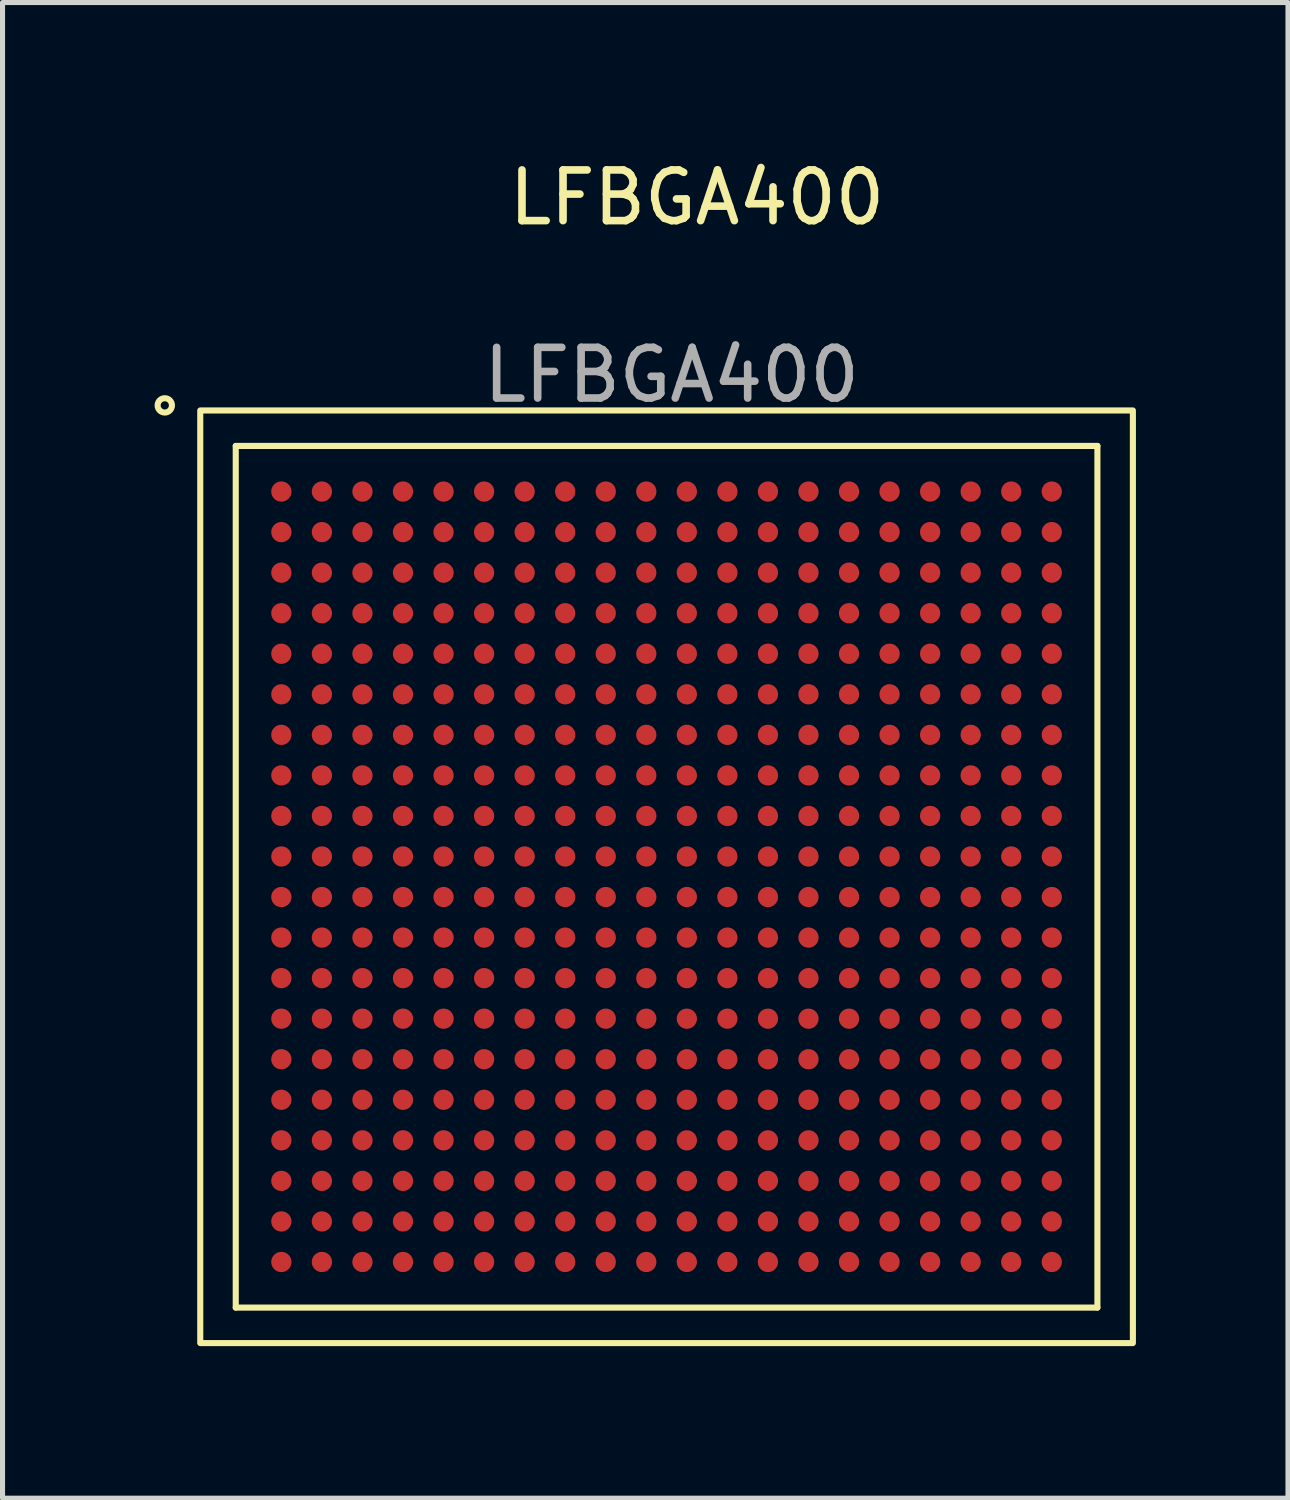
<source format=kicad_pcb>
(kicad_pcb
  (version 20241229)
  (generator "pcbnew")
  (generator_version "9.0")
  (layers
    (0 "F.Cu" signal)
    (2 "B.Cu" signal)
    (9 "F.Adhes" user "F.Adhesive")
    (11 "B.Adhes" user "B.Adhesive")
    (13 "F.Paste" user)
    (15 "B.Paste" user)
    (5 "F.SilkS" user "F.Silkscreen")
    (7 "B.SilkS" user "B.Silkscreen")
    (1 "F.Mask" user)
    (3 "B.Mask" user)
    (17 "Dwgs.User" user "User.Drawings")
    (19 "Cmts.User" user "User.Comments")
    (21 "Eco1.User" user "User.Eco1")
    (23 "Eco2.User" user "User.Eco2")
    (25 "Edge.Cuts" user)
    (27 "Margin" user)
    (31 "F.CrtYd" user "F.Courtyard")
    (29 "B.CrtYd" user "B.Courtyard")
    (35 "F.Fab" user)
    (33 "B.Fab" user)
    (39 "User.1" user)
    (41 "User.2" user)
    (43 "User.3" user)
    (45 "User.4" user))
  (footprint "LFBGA400"
    (layer "F.Cu")
    (at 2.501 6.648)
    (property "Reference" "LFBGA400" (at 8.2 -5.8 0) (unlocked yes) (layer "F.SilkS") (effects (font (size 1 1) (thickness 0.15))))
    (attr smd)
    (fp_line (start -0.9 -0.9) (end 16.1 -0.9) (stroke (width 0.12) (type solid)) (layer "F.SilkS"))
    (fp_line (start -0.9 16.1) (end -0.9 -0.9) (stroke (width 0.12) (type solid)) (layer "F.SilkS"))
    (fp_line (start -0.9 16.1) (end 16.1 16.1) (stroke (width 0.12) (type solid)) (layer "F.SilkS"))
    (fp_line (start 16.1 16.1) (end 16.1 -0.9) (stroke (width 0.12) (type solid)) (layer "F.SilkS"))
    (fp_rect (start -1.6 -1.6) (end 16.8 16.8) (stroke (width 0.12) (type solid)) (fill no) (layer "F.SilkS"))
    (fp_circle (center -2.3 -1.7) (end -2.2 -1.6) (stroke (width 0.12) (type solid)) (fill no) (layer "F.SilkS"))
    (fp_text user "${REFERENCE}" (at 7.7 -2.3 0) (unlocked yes) (layer "F.Fab") (effects (font (size 1 1) (thickness 0.15))))
    (pad "A1" smd circle (at 0 0) (size 0.4 0.4) (layers "F.Cu" "F.Mask" "F.Paste"))
    (pad "A2" smd circle (at 0.8 0) (size 0.4 0.4) (layers "F.Cu" "F.Mask" "F.Paste"))
    (pad "A3" smd circle (at 1.6 0) (size 0.4 0.4) (layers "F.Cu" "F.Mask" "F.Paste"))
    (pad "A4" smd circle (at 2.4 0) (size 0.4 0.4) (layers "F.Cu" "F.Mask" "F.Paste"))
    (pad "A5" smd circle (at 3.2 0) (size 0.4 0.4) (layers "F.Cu" "F.Mask" "F.Paste"))
    (pad "A6" smd circle (at 4 0) (size 0.4 0.4) (layers "F.Cu" "F.Mask" "F.Paste"))
    (pad "A7" smd circle (at 4.8 0) (size 0.4 0.4) (layers "F.Cu" "F.Mask" "F.Paste"))
    (pad "A8" smd circle (at 5.6 0) (size 0.4 0.4) (layers "F.Cu" "F.Mask" "F.Paste"))
    (pad "A9" smd circle (at 6.4 0) (size 0.4 0.4) (layers "F.Cu" "F.Mask" "F.Paste"))
    (pad "A10" smd circle (at 7.2 0) (size 0.4 0.4) (layers "F.Cu" "F.Mask" "F.Paste"))
    (pad "A11" smd circle (at 8 0) (size 0.4 0.4) (layers "F.Cu" "F.Mask" "F.Paste"))
    (pad "A12" smd circle (at 8.8 0) (size 0.4 0.4) (layers "F.Cu" "F.Mask" "F.Paste"))
    (pad "A13" smd circle (at 9.6 0) (size 0.4 0.4) (layers "F.Cu" "F.Mask" "F.Paste"))
    (pad "A14" smd circle (at 10.4 0) (size 0.4 0.4) (layers "F.Cu" "F.Mask" "F.Paste"))
    (pad "A15" smd circle (at 11.2 0) (size 0.4 0.4) (layers "F.Cu" "F.Mask" "F.Paste"))
    (pad "A16" smd circle (at 12 0) (size 0.4 0.4) (layers "F.Cu" "F.Mask" "F.Paste"))
    (pad "A17" smd circle (at 12.8 0) (size 0.4 0.4) (layers "F.Cu" "F.Mask" "F.Paste"))
    (pad "A18" smd circle (at 13.6 0) (size 0.4 0.4) (layers "F.Cu" "F.Mask" "F.Paste"))
    (pad "A19" smd circle (at 14.4 0) (size 0.4 0.4) (layers "F.Cu" "F.Mask" "F.Paste"))
    (pad "A20" smd circle (at 15.2 0) (size 0.4 0.4) (layers "F.Cu" "F.Mask" "F.Paste"))
    (pad "B1" smd circle (at 0 0.8) (size 0.4 0.4) (layers "F.Cu" "F.Mask" "F.Paste"))
    (pad "B2" smd circle (at 0.8 0.8) (size 0.4 0.4) (layers "F.Cu" "F.Mask" "F.Paste"))
    (pad "B3" smd circle (at 1.6 0.8) (size 0.4 0.4) (layers "F.Cu" "F.Mask" "F.Paste"))
    (pad "B4" smd circle (at 2.4 0.8) (size 0.4 0.4) (layers "F.Cu" "F.Mask" "F.Paste"))
    (pad "B5" smd circle (at 3.2 0.8) (size 0.4 0.4) (layers "F.Cu" "F.Mask" "F.Paste"))
    (pad "B6" smd circle (at 4 0.8) (size 0.4 0.4) (layers "F.Cu" "F.Mask" "F.Paste"))
    (pad "B7" smd circle (at 4.8 0.8) (size 0.4 0.4) (layers "F.Cu" "F.Mask" "F.Paste"))
    (pad "B8" smd circle (at 5.6 0.8) (size 0.4 0.4) (layers "F.Cu" "F.Mask" "F.Paste"))
    (pad "B9" smd circle (at 6.4 0.8) (size 0.4 0.4) (layers "F.Cu" "F.Mask" "F.Paste"))
    (pad "B10" smd circle (at 7.2 0.8) (size 0.4 0.4) (layers "F.Cu" "F.Mask" "F.Paste"))
    (pad "B11" smd circle (at 8 0.8) (size 0.4 0.4) (layers "F.Cu" "F.Mask" "F.Paste"))
    (pad "B12" smd circle (at 8.8 0.8) (size 0.4 0.4) (layers "F.Cu" "F.Mask" "F.Paste"))
    (pad "B13" smd circle (at 9.6 0.8) (size 0.4 0.4) (layers "F.Cu" "F.Mask" "F.Paste"))
    (pad "B14" smd circle (at 10.4 0.8) (size 0.4 0.4) (layers "F.Cu" "F.Mask" "F.Paste"))
    (pad "B15" smd circle (at 11.2 0.8) (size 0.4 0.4) (layers "F.Cu" "F.Mask" "F.Paste"))
    (pad "B16" smd circle (at 12 0.8) (size 0.4 0.4) (layers "F.Cu" "F.Mask" "F.Paste"))
    (pad "B17" smd circle (at 12.8 0.8) (size 0.4 0.4) (layers "F.Cu" "F.Mask" "F.Paste"))
    (pad "B18" smd circle (at 13.6 0.8) (size 0.4 0.4) (layers "F.Cu" "F.Mask" "F.Paste"))
    (pad "B19" smd circle (at 14.4 0.8) (size 0.4 0.4) (layers "F.Cu" "F.Mask" "F.Paste"))
    (pad "B20" smd circle (at 15.2 0.8) (size 0.4 0.4) (layers "F.Cu" "F.Mask" "F.Paste"))
    (pad "C1" smd circle (at 0 1.6) (size 0.4 0.4) (layers "F.Cu" "F.Mask" "F.Paste"))
    (pad "C2" smd circle (at 0.8 1.6) (size 0.4 0.4) (layers "F.Cu" "F.Mask" "F.Paste"))
    (pad "C3" smd circle (at 1.6 1.6) (size 0.4 0.4) (layers "F.Cu" "F.Mask" "F.Paste"))
    (pad "C4" smd circle (at 2.4 1.6) (size 0.4 0.4) (layers "F.Cu" "F.Mask" "F.Paste"))
    (pad "C5" smd circle (at 3.2 1.6) (size 0.4 0.4) (layers "F.Cu" "F.Mask" "F.Paste"))
    (pad "C6" smd circle (at 4 1.6) (size 0.4 0.4) (layers "F.Cu" "F.Mask" "F.Paste"))
    (pad "C7" smd circle (at 4.8 1.6) (size 0.4 0.4) (layers "F.Cu" "F.Mask" "F.Paste"))
    (pad "C8" smd circle (at 5.6 1.6) (size 0.4 0.4) (layers "F.Cu" "F.Mask" "F.Paste"))
    (pad "C9" smd circle (at 6.4 1.6) (size 0.4 0.4) (layers "F.Cu" "F.Mask" "F.Paste"))
    (pad "C10" smd circle (at 7.2 1.6) (size 0.4 0.4) (layers "F.Cu" "F.Mask" "F.Paste"))
    (pad "C11" smd circle (at 8 1.6) (size 0.4 0.4) (layers "F.Cu" "F.Mask" "F.Paste"))
    (pad "C12" smd circle (at 8.8 1.6) (size 0.4 0.4) (layers "F.Cu" "F.Mask" "F.Paste"))
    (pad "C13" smd circle (at 9.6 1.6) (size 0.4 0.4) (layers "F.Cu" "F.Mask" "F.Paste"))
    (pad "C14" smd circle (at 10.4 1.6) (size 0.4 0.4) (layers "F.Cu" "F.Mask" "F.Paste"))
    (pad "C15" smd circle (at 11.2 1.6) (size 0.4 0.4) (layers "F.Cu" "F.Mask" "F.Paste"))
    (pad "C16" smd circle (at 12 1.6) (size 0.4 0.4) (layers "F.Cu" "F.Mask" "F.Paste"))
    (pad "C17" smd circle (at 12.8 1.6) (size 0.4 0.4) (layers "F.Cu" "F.Mask" "F.Paste"))
    (pad "C18" smd circle (at 13.6 1.6) (size 0.4 0.4) (layers "F.Cu" "F.Mask" "F.Paste"))
    (pad "C19" smd circle (at 14.4 1.6) (size 0.4 0.4) (layers "F.Cu" "F.Mask" "F.Paste"))
    (pad "C20" smd circle (at 15.2 1.6) (size 0.4 0.4) (layers "F.Cu" "F.Mask" "F.Paste"))
    (pad "D1" smd circle (at 0 2.4) (size 0.4 0.4) (layers "F.Cu" "F.Mask" "F.Paste"))
    (pad "D2" smd circle (at 0.8 2.4) (size 0.4 0.4) (layers "F.Cu" "F.Mask" "F.Paste"))
    (pad "D3" smd circle (at 1.6 2.4) (size 0.4 0.4) (layers "F.Cu" "F.Mask" "F.Paste"))
    (pad "D4" smd circle (at 2.4 2.4) (size 0.4 0.4) (layers "F.Cu" "F.Mask" "F.Paste"))
    (pad "D5" smd circle (at 3.2 2.4) (size 0.4 0.4) (layers "F.Cu" "F.Mask" "F.Paste"))
    (pad "D6" smd circle (at 4 2.4) (size 0.4 0.4) (layers "F.Cu" "F.Mask" "F.Paste"))
    (pad "D7" smd circle (at 4.8 2.4) (size 0.4 0.4) (layers "F.Cu" "F.Mask" "F.Paste"))
    (pad "D8" smd circle (at 5.6 2.4) (size 0.4 0.4) (layers "F.Cu" "F.Mask" "F.Paste"))
    (pad "D9" smd circle (at 6.4 2.4) (size 0.4 0.4) (layers "F.Cu" "F.Mask" "F.Paste"))
    (pad "D10" smd circle (at 7.2 2.4) (size 0.4 0.4) (layers "F.Cu" "F.Mask" "F.Paste"))
    (pad "D11" smd circle (at 8 2.4) (size 0.4 0.4) (layers "F.Cu" "F.Mask" "F.Paste"))
    (pad "D12" smd circle (at 8.8 2.4) (size 0.4 0.4) (layers "F.Cu" "F.Mask" "F.Paste"))
    (pad "D13" smd circle (at 9.6 2.4) (size 0.4 0.4) (layers "F.Cu" "F.Mask" "F.Paste"))
    (pad "D14" smd circle (at 10.4 2.4) (size 0.4 0.4) (layers "F.Cu" "F.Mask" "F.Paste"))
    (pad "D15" smd circle (at 11.2 2.4) (size 0.4 0.4) (layers "F.Cu" "F.Mask" "F.Paste"))
    (pad "D16" smd circle (at 12 2.4) (size 0.4 0.4) (layers "F.Cu" "F.Mask" "F.Paste"))
    (pad "D17" smd circle (at 12.8 2.4) (size 0.4 0.4) (layers "F.Cu" "F.Mask" "F.Paste"))
    (pad "D18" smd circle (at 13.6 2.4) (size 0.4 0.4) (layers "F.Cu" "F.Mask" "F.Paste"))
    (pad "D19" smd circle (at 14.4 2.4) (size 0.4 0.4) (layers "F.Cu" "F.Mask" "F.Paste"))
    (pad "D20" smd circle (at 15.2 2.4) (size 0.4 0.4) (layers "F.Cu" "F.Mask" "F.Paste"))
    (pad "E1" smd circle (at 0 3.2) (size 0.4 0.4) (layers "F.Cu" "F.Mask" "F.Paste"))
    (pad "E2" smd circle (at 0.8 3.2) (size 0.4 0.4) (layers "F.Cu" "F.Mask" "F.Paste"))
    (pad "E3" smd circle (at 1.6 3.2) (size 0.4 0.4) (layers "F.Cu" "F.Mask" "F.Paste"))
    (pad "E4" smd circle (at 2.4 3.2) (size 0.4 0.4) (layers "F.Cu" "F.Mask" "F.Paste"))
    (pad "E5" smd circle (at 3.2 3.2) (size 0.4 0.4) (layers "F.Cu" "F.Mask" "F.Paste"))
    (pad "E6" smd circle (at 4 3.2) (size 0.4 0.4) (layers "F.Cu" "F.Mask" "F.Paste"))
    (pad "E7" smd circle (at 4.8 3.2) (size 0.4 0.4) (layers "F.Cu" "F.Mask" "F.Paste"))
    (pad "E8" smd circle (at 5.6 3.2) (size 0.4 0.4) (layers "F.Cu" "F.Mask" "F.Paste"))
    (pad "E9" smd circle (at 6.4 3.2) (size 0.4 0.4) (layers "F.Cu" "F.Mask" "F.Paste"))
    (pad "E10" smd circle (at 7.2 3.2) (size 0.4 0.4) (layers "F.Cu" "F.Mask" "F.Paste"))
    (pad "E11" smd circle (at 8 3.2) (size 0.4 0.4) (layers "F.Cu" "F.Mask" "F.Paste"))
    (pad "E12" smd circle (at 8.8 3.2) (size 0.4 0.4) (layers "F.Cu" "F.Mask" "F.Paste"))
    (pad "E13" smd circle (at 9.6 3.2) (size 0.4 0.4) (layers "F.Cu" "F.Mask" "F.Paste"))
    (pad "E14" smd circle (at 10.4 3.2) (size 0.4 0.4) (layers "F.Cu" "F.Mask" "F.Paste"))
    (pad "E15" smd circle (at 11.2 3.2) (size 0.4 0.4) (layers "F.Cu" "F.Mask" "F.Paste"))
    (pad "E16" smd circle (at 12 3.2) (size 0.4 0.4) (layers "F.Cu" "F.Mask" "F.Paste"))
    (pad "E17" smd circle (at 12.8 3.2) (size 0.4 0.4) (layers "F.Cu" "F.Mask" "F.Paste"))
    (pad "E18" smd circle (at 13.6 3.2) (size 0.4 0.4) (layers "F.Cu" "F.Mask" "F.Paste"))
    (pad "E19" smd circle (at 14.4 3.2) (size 0.4 0.4) (layers "F.Cu" "F.Mask" "F.Paste"))
    (pad "E20" smd circle (at 15.2 3.2) (size 0.4 0.4) (layers "F.Cu" "F.Mask" "F.Paste"))
    (pad "F1" smd circle (at 0 4) (size 0.4 0.4) (layers "F.Cu" "F.Mask" "F.Paste"))
    (pad "F2" smd circle (at 0.8 4) (size 0.4 0.4) (layers "F.Cu" "F.Mask" "F.Paste"))
    (pad "F3" smd circle (at 1.6 4) (size 0.4 0.4) (layers "F.Cu" "F.Mask" "F.Paste"))
    (pad "F4" smd circle (at 2.4 4) (size 0.4 0.4) (layers "F.Cu" "F.Mask" "F.Paste"))
    (pad "F5" smd circle (at 3.2 4) (size 0.4 0.4) (layers "F.Cu" "F.Mask" "F.Paste"))
    (pad "F6" smd circle (at 4 4) (size 0.4 0.4) (layers "F.Cu" "F.Mask" "F.Paste"))
    (pad "F7" smd circle (at 4.8 4) (size 0.4 0.4) (layers "F.Cu" "F.Mask" "F.Paste"))
    (pad "F8" smd circle (at 5.6 4) (size 0.4 0.4) (layers "F.Cu" "F.Mask" "F.Paste"))
    (pad "F9" smd circle (at 6.4 4) (size 0.4 0.4) (layers "F.Cu" "F.Mask" "F.Paste"))
    (pad "F10" smd circle (at 7.2 4) (size 0.4 0.4) (layers "F.Cu" "F.Mask" "F.Paste"))
    (pad "F11" smd circle (at 8 4) (size 0.4 0.4) (layers "F.Cu" "F.Mask" "F.Paste"))
    (pad "F12" smd circle (at 8.8 4) (size 0.4 0.4) (layers "F.Cu" "F.Mask" "F.Paste"))
    (pad "F13" smd circle (at 9.6 4) (size 0.4 0.4) (layers "F.Cu" "F.Mask" "F.Paste"))
    (pad "F14" smd circle (at 10.4 4) (size 0.4 0.4) (layers "F.Cu" "F.Mask" "F.Paste"))
    (pad "F15" smd circle (at 11.2 4) (size 0.4 0.4) (layers "F.Cu" "F.Mask" "F.Paste"))
    (pad "F16" smd circle (at 12 4) (size 0.4 0.4) (layers "F.Cu" "F.Mask" "F.Paste"))
    (pad "F17" smd circle (at 12.8 4) (size 0.4 0.4) (layers "F.Cu" "F.Mask" "F.Paste"))
    (pad "F18" smd circle (at 13.6 4) (size 0.4 0.4) (layers "F.Cu" "F.Mask" "F.Paste"))
    (pad "F19" smd circle (at 14.4 4) (size 0.4 0.4) (layers "F.Cu" "F.Mask" "F.Paste"))
    (pad "F20" smd circle (at 15.2 4) (size 0.4 0.4) (layers "F.Cu" "F.Mask" "F.Paste"))
    (pad "G1" smd circle (at 0 4.8) (size 0.4 0.4) (layers "F.Cu" "F.Mask" "F.Paste"))
    (pad "G2" smd circle (at 0.8 4.8) (size 0.4 0.4) (layers "F.Cu" "F.Mask" "F.Paste"))
    (pad "G3" smd circle (at 1.6 4.8) (size 0.4 0.4) (layers "F.Cu" "F.Mask" "F.Paste"))
    (pad "G4" smd circle (at 2.4 4.8) (size 0.4 0.4) (layers "F.Cu" "F.Mask" "F.Paste"))
    (pad "G5" smd circle (at 3.2 4.8) (size 0.4 0.4) (layers "F.Cu" "F.Mask" "F.Paste"))
    (pad "G6" smd circle (at 4 4.8) (size 0.4 0.4) (layers "F.Cu" "F.Mask" "F.Paste"))
    (pad "G7" smd circle (at 4.8 4.8) (size 0.4 0.4) (layers "F.Cu" "F.Mask" "F.Paste"))
    (pad "G8" smd circle (at 5.6 4.8) (size 0.4 0.4) (layers "F.Cu" "F.Mask" "F.Paste"))
    (pad "G9" smd circle (at 6.4 4.8) (size 0.4 0.4) (layers "F.Cu" "F.Mask" "F.Paste"))
    (pad "G10" smd circle (at 7.2 4.8) (size 0.4 0.4) (layers "F.Cu" "F.Mask" "F.Paste"))
    (pad "G11" smd circle (at 8 4.8) (size 0.4 0.4) (layers "F.Cu" "F.Mask" "F.Paste"))
    (pad "G12" smd circle (at 8.8 4.8) (size 0.4 0.4) (layers "F.Cu" "F.Mask" "F.Paste"))
    (pad "G13" smd circle (at 9.6 4.8) (size 0.4 0.4) (layers "F.Cu" "F.Mask" "F.Paste"))
    (pad "G14" smd circle (at 10.4 4.8) (size 0.4 0.4) (layers "F.Cu" "F.Mask" "F.Paste"))
    (pad "G15" smd circle (at 11.2 4.8) (size 0.4 0.4) (layers "F.Cu" "F.Mask" "F.Paste"))
    (pad "G16" smd circle (at 12 4.8) (size 0.4 0.4) (layers "F.Cu" "F.Mask" "F.Paste"))
    (pad "G17" smd circle (at 12.8 4.8) (size 0.4 0.4) (layers "F.Cu" "F.Mask" "F.Paste"))
    (pad "G18" smd circle (at 13.6 4.8) (size 0.4 0.4) (layers "F.Cu" "F.Mask" "F.Paste"))
    (pad "G19" smd circle (at 14.4 4.8) (size 0.4 0.4) (layers "F.Cu" "F.Mask" "F.Paste"))
    (pad "G20" smd circle (at 15.2 4.8) (size 0.4 0.4) (layers "F.Cu" "F.Mask" "F.Paste"))
    (pad "H1" smd circle (at 0 5.6) (size 0.4 0.4) (layers "F.Cu" "F.Mask" "F.Paste"))
    (pad "H2" smd circle (at 0.8 5.6) (size 0.4 0.4) (layers "F.Cu" "F.Mask" "F.Paste"))
    (pad "H3" smd circle (at 1.6 5.6) (size 0.4 0.4) (layers "F.Cu" "F.Mask" "F.Paste"))
    (pad "H4" smd circle (at 2.4 5.6) (size 0.4 0.4) (layers "F.Cu" "F.Mask" "F.Paste"))
    (pad "H5" smd circle (at 3.2 5.6) (size 0.4 0.4) (layers "F.Cu" "F.Mask" "F.Paste"))
    (pad "H6" smd circle (at 4 5.6) (size 0.4 0.4) (layers "F.Cu" "F.Mask" "F.Paste"))
    (pad "H7" smd circle (at 4.8 5.6) (size 0.4 0.4) (layers "F.Cu" "F.Mask" "F.Paste"))
    (pad "H8" smd circle (at 5.6 5.6) (size 0.4 0.4) (layers "F.Cu" "F.Mask" "F.Paste"))
    (pad "H9" smd circle (at 6.4 5.6) (size 0.4 0.4) (layers "F.Cu" "F.Mask" "F.Paste"))
    (pad "H10" smd circle (at 7.2 5.6) (size 0.4 0.4) (layers "F.Cu" "F.Mask" "F.Paste"))
    (pad "H11" smd circle (at 8 5.6) (size 0.4 0.4) (layers "F.Cu" "F.Mask" "F.Paste"))
    (pad "H12" smd circle (at 8.8 5.6) (size 0.4 0.4) (layers "F.Cu" "F.Mask" "F.Paste"))
    (pad "H13" smd circle (at 9.6 5.6) (size 0.4 0.4) (layers "F.Cu" "F.Mask" "F.Paste"))
    (pad "H14" smd circle (at 10.4 5.6) (size 0.4 0.4) (layers "F.Cu" "F.Mask" "F.Paste"))
    (pad "H15" smd circle (at 11.2 5.6) (size 0.4 0.4) (layers "F.Cu" "F.Mask" "F.Paste"))
    (pad "H16" smd circle (at 12 5.6) (size 0.4 0.4) (layers "F.Cu" "F.Mask" "F.Paste"))
    (pad "H17" smd circle (at 12.8 5.6) (size 0.4 0.4) (layers "F.Cu" "F.Mask" "F.Paste"))
    (pad "H18" smd circle (at 13.6 5.6) (size 0.4 0.4) (layers "F.Cu" "F.Mask" "F.Paste"))
    (pad "H19" smd circle (at 14.4 5.6) (size 0.4 0.4) (layers "F.Cu" "F.Mask" "F.Paste"))
    (pad "H20" smd circle (at 15.2 5.6) (size 0.4 0.4) (layers "F.Cu" "F.Mask" "F.Paste"))
    (pad "J1" smd circle (at 0 6.4) (size 0.4 0.4) (layers "F.Cu" "F.Mask" "F.Paste"))
    (pad "J2" smd circle (at 0.8 6.4) (size 0.4 0.4) (layers "F.Cu" "F.Mask" "F.Paste"))
    (pad "J3" smd circle (at 1.6 6.4) (size 0.4 0.4) (layers "F.Cu" "F.Mask" "F.Paste"))
    (pad "J4" smd circle (at 2.4 6.4) (size 0.4 0.4) (layers "F.Cu" "F.Mask" "F.Paste"))
    (pad "J5" smd circle (at 3.2 6.4) (size 0.4 0.4) (layers "F.Cu" "F.Mask" "F.Paste"))
    (pad "J6" smd circle (at 4 6.4) (size 0.4 0.4) (layers "F.Cu" "F.Mask" "F.Paste"))
    (pad "J7" smd circle (at 4.8 6.4) (size 0.4 0.4) (layers "F.Cu" "F.Mask" "F.Paste"))
    (pad "J8" smd circle (at 5.6 6.4) (size 0.4 0.4) (layers "F.Cu" "F.Mask" "F.Paste"))
    (pad "J9" smd circle (at 6.4 6.4) (size 0.4 0.4) (layers "F.Cu" "F.Mask" "F.Paste"))
    (pad "J10" smd circle (at 7.2 6.4) (size 0.4 0.4) (layers "F.Cu" "F.Mask" "F.Paste"))
    (pad "J11" smd circle (at 8 6.4) (size 0.4 0.4) (layers "F.Cu" "F.Mask" "F.Paste"))
    (pad "J12" smd circle (at 8.8 6.4) (size 0.4 0.4) (layers "F.Cu" "F.Mask" "F.Paste"))
    (pad "J13" smd circle (at 9.6 6.4) (size 0.4 0.4) (layers "F.Cu" "F.Mask" "F.Paste"))
    (pad "J14" smd circle (at 10.4 6.4) (size 0.4 0.4) (layers "F.Cu" "F.Mask" "F.Paste"))
    (pad "J15" smd circle (at 11.2 6.4) (size 0.4 0.4) (layers "F.Cu" "F.Mask" "F.Paste"))
    (pad "J16" smd circle (at 12 6.4) (size 0.4 0.4) (layers "F.Cu" "F.Mask" "F.Paste"))
    (pad "J17" smd circle (at 12.8 6.4) (size 0.4 0.4) (layers "F.Cu" "F.Mask" "F.Paste"))
    (pad "J18" smd circle (at 13.6 6.4) (size 0.4 0.4) (layers "F.Cu" "F.Mask" "F.Paste"))
    (pad "J19" smd circle (at 14.4 6.4) (size 0.4 0.4) (layers "F.Cu" "F.Mask" "F.Paste"))
    (pad "J20" smd circle (at 15.2 6.4) (size 0.4 0.4) (layers "F.Cu" "F.Mask" "F.Paste"))
    (pad "K1" smd circle (at 0 7.2) (size 0.4 0.4) (layers "F.Cu" "F.Mask" "F.Paste"))
    (pad "K2" smd circle (at 0.8 7.2) (size 0.4 0.4) (layers "F.Cu" "F.Mask" "F.Paste"))
    (pad "K3" smd circle (at 1.6 7.2) (size 0.4 0.4) (layers "F.Cu" "F.Mask" "F.Paste"))
    (pad "K4" smd circle (at 2.4 7.2) (size 0.4 0.4) (layers "F.Cu" "F.Mask" "F.Paste"))
    (pad "K5" smd circle (at 3.2 7.2) (size 0.4 0.4) (layers "F.Cu" "F.Mask" "F.Paste"))
    (pad "K6" smd circle (at 4 7.2) (size 0.4 0.4) (layers "F.Cu" "F.Mask" "F.Paste"))
    (pad "K7" smd circle (at 4.8 7.2) (size 0.4 0.4) (layers "F.Cu" "F.Mask" "F.Paste"))
    (pad "K8" smd circle (at 5.6 7.2) (size 0.4 0.4) (layers "F.Cu" "F.Mask" "F.Paste"))
    (pad "K9" smd circle (at 6.4 7.2) (size 0.4 0.4) (layers "F.Cu" "F.Mask" "F.Paste"))
    (pad "K10" smd circle (at 7.2 7.2) (size 0.4 0.4) (layers "F.Cu" "F.Mask" "F.Paste"))
    (pad "K11" smd circle (at 8 7.2) (size 0.4 0.4) (layers "F.Cu" "F.Mask" "F.Paste"))
    (pad "K12" smd circle (at 8.8 7.2) (size 0.4 0.4) (layers "F.Cu" "F.Mask" "F.Paste"))
    (pad "K13" smd circle (at 9.6 7.2) (size 0.4 0.4) (layers "F.Cu" "F.Mask" "F.Paste"))
    (pad "K14" smd circle (at 10.4 7.2) (size 0.4 0.4) (layers "F.Cu" "F.Mask" "F.Paste"))
    (pad "K15" smd circle (at 11.2 7.2) (size 0.4 0.4) (layers "F.Cu" "F.Mask" "F.Paste"))
    (pad "K16" smd circle (at 12 7.2) (size 0.4 0.4) (layers "F.Cu" "F.Mask" "F.Paste"))
    (pad "K17" smd circle (at 12.8 7.2) (size 0.4 0.4) (layers "F.Cu" "F.Mask" "F.Paste"))
    (pad "K18" smd circle (at 13.6 7.2) (size 0.4 0.4) (layers "F.Cu" "F.Mask" "F.Paste"))
    (pad "K19" smd circle (at 14.4 7.2) (size 0.4 0.4) (layers "F.Cu" "F.Mask" "F.Paste"))
    (pad "K20" smd circle (at 15.2 7.2) (size 0.4 0.4) (layers "F.Cu" "F.Mask" "F.Paste"))
    (pad "L1" smd circle (at 0 8) (size 0.4 0.4) (layers "F.Cu" "F.Mask" "F.Paste"))
    (pad "L2" smd circle (at 0.8 8) (size 0.4 0.4) (layers "F.Cu" "F.Mask" "F.Paste"))
    (pad "L3" smd circle (at 1.6 8) (size 0.4 0.4) (layers "F.Cu" "F.Mask" "F.Paste"))
    (pad "L4" smd circle (at 2.4 8) (size 0.4 0.4) (layers "F.Cu" "F.Mask" "F.Paste"))
    (pad "L5" smd circle (at 3.2 8) (size 0.4 0.4) (layers "F.Cu" "F.Mask" "F.Paste"))
    (pad "L6" smd circle (at 4 8) (size 0.4 0.4) (layers "F.Cu" "F.Mask" "F.Paste"))
    (pad "L7" smd circle (at 4.8 8) (size 0.4 0.4) (layers "F.Cu" "F.Mask" "F.Paste"))
    (pad "L8" smd circle (at 5.6 8) (size 0.4 0.4) (layers "F.Cu" "F.Mask" "F.Paste"))
    (pad "L9" smd circle (at 6.4 8) (size 0.4 0.4) (layers "F.Cu" "F.Mask" "F.Paste"))
    (pad "L10" smd circle (at 7.2 8) (size 0.4 0.4) (layers "F.Cu" "F.Mask" "F.Paste"))
    (pad "L11" smd circle (at 8 8) (size 0.4 0.4) (layers "F.Cu" "F.Mask" "F.Paste"))
    (pad "L12" smd circle (at 8.8 8) (size 0.4 0.4) (layers "F.Cu" "F.Mask" "F.Paste"))
    (pad "L13" smd circle (at 9.6 8) (size 0.4 0.4) (layers "F.Cu" "F.Mask" "F.Paste"))
    (pad "L14" smd circle (at 10.4 8) (size 0.4 0.4) (layers "F.Cu" "F.Mask" "F.Paste"))
    (pad "L15" smd circle (at 11.2 8) (size 0.4 0.4) (layers "F.Cu" "F.Mask" "F.Paste"))
    (pad "L16" smd circle (at 12 8) (size 0.4 0.4) (layers "F.Cu" "F.Mask" "F.Paste"))
    (pad "L17" smd circle (at 12.8 8) (size 0.4 0.4) (layers "F.Cu" "F.Mask" "F.Paste"))
    (pad "L18" smd circle (at 13.6 8) (size 0.4 0.4) (layers "F.Cu" "F.Mask" "F.Paste"))
    (pad "L19" smd circle (at 14.4 8) (size 0.4 0.4) (layers "F.Cu" "F.Mask" "F.Paste"))
    (pad "L20" smd circle (at 15.2 8) (size 0.4 0.4) (layers "F.Cu" "F.Mask" "F.Paste"))
    (pad "M1" smd circle (at 0 8.8) (size 0.4 0.4) (layers "F.Cu" "F.Mask" "F.Paste"))
    (pad "M2" smd circle (at 0.8 8.8) (size 0.4 0.4) (layers "F.Cu" "F.Mask" "F.Paste"))
    (pad "M3" smd circle (at 1.6 8.8) (size 0.4 0.4) (layers "F.Cu" "F.Mask" "F.Paste"))
    (pad "M4" smd circle (at 2.4 8.8) (size 0.4 0.4) (layers "F.Cu" "F.Mask" "F.Paste"))
    (pad "M5" smd circle (at 3.2 8.8) (size 0.4 0.4) (layers "F.Cu" "F.Mask" "F.Paste"))
    (pad "M6" smd circle (at 4 8.8) (size 0.4 0.4) (layers "F.Cu" "F.Mask" "F.Paste"))
    (pad "M7" smd circle (at 4.8 8.8) (size 0.4 0.4) (layers "F.Cu" "F.Mask" "F.Paste"))
    (pad "M8" smd circle (at 5.6 8.8) (size 0.4 0.4) (layers "F.Cu" "F.Mask" "F.Paste"))
    (pad "M9" smd circle (at 6.4 8.8) (size 0.4 0.4) (layers "F.Cu" "F.Mask" "F.Paste"))
    (pad "M10" smd circle (at 7.2 8.8) (size 0.4 0.4) (layers "F.Cu" "F.Mask" "F.Paste"))
    (pad "M11" smd circle (at 8 8.8) (size 0.4 0.4) (layers "F.Cu" "F.Mask" "F.Paste"))
    (pad "M12" smd circle (at 8.8 8.8) (size 0.4 0.4) (layers "F.Cu" "F.Mask" "F.Paste"))
    (pad "M13" smd circle (at 9.6 8.8) (size 0.4 0.4) (layers "F.Cu" "F.Mask" "F.Paste"))
    (pad "M14" smd circle (at 10.4 8.8) (size 0.4 0.4) (layers "F.Cu" "F.Mask" "F.Paste"))
    (pad "M15" smd circle (at 11.2 8.8) (size 0.4 0.4) (layers "F.Cu" "F.Mask" "F.Paste"))
    (pad "M16" smd circle (at 12 8.8) (size 0.4 0.4) (layers "F.Cu" "F.Mask" "F.Paste"))
    (pad "M17" smd circle (at 12.8 8.8) (size 0.4 0.4) (layers "F.Cu" "F.Mask" "F.Paste"))
    (pad "M18" smd circle (at 13.6 8.8) (size 0.4 0.4) (layers "F.Cu" "F.Mask" "F.Paste"))
    (pad "M19" smd circle (at 14.4 8.8) (size 0.4 0.4) (layers "F.Cu" "F.Mask" "F.Paste"))
    (pad "M20" smd circle (at 15.2 8.8) (size 0.4 0.4) (layers "F.Cu" "F.Mask" "F.Paste"))
    (pad "N1" smd circle (at 0 9.6) (size 0.4 0.4) (layers "F.Cu" "F.Mask" "F.Paste"))
    (pad "N2" smd circle (at 0.8 9.6) (size 0.4 0.4) (layers "F.Cu" "F.Mask" "F.Paste"))
    (pad "N3" smd circle (at 1.6 9.6) (size 0.4 0.4) (layers "F.Cu" "F.Mask" "F.Paste"))
    (pad "N4" smd circle (at 2.4 9.6) (size 0.4 0.4) (layers "F.Cu" "F.Mask" "F.Paste"))
    (pad "N5" smd circle (at 3.2 9.6) (size 0.4 0.4) (layers "F.Cu" "F.Mask" "F.Paste"))
    (pad "N6" smd circle (at 4 9.6) (size 0.4 0.4) (layers "F.Cu" "F.Mask" "F.Paste"))
    (pad "N7" smd circle (at 4.8 9.6) (size 0.4 0.4) (layers "F.Cu" "F.Mask" "F.Paste"))
    (pad "N8" smd circle (at 5.6 9.6) (size 0.4 0.4) (layers "F.Cu" "F.Mask" "F.Paste"))
    (pad "N9" smd circle (at 6.4 9.6) (size 0.4 0.4) (layers "F.Cu" "F.Mask" "F.Paste"))
    (pad "N10" smd circle (at 7.2 9.6) (size 0.4 0.4) (layers "F.Cu" "F.Mask" "F.Paste"))
    (pad "N11" smd circle (at 8 9.6) (size 0.4 0.4) (layers "F.Cu" "F.Mask" "F.Paste"))
    (pad "N12" smd circle (at 8.8 9.6) (size 0.4 0.4) (layers "F.Cu" "F.Mask" "F.Paste"))
    (pad "N13" smd circle (at 9.6 9.6) (size 0.4 0.4) (layers "F.Cu" "F.Mask" "F.Paste"))
    (pad "N14" smd circle (at 10.4 9.6) (size 0.4 0.4) (layers "F.Cu" "F.Mask" "F.Paste"))
    (pad "N15" smd circle (at 11.2 9.6) (size 0.4 0.4) (layers "F.Cu" "F.Mask" "F.Paste"))
    (pad "N16" smd circle (at 12 9.6) (size 0.4 0.4) (layers "F.Cu" "F.Mask" "F.Paste"))
    (pad "N17" smd circle (at 12.8 9.6) (size 0.4 0.4) (layers "F.Cu" "F.Mask" "F.Paste"))
    (pad "N18" smd circle (at 13.6 9.6) (size 0.4 0.4) (layers "F.Cu" "F.Mask" "F.Paste"))
    (pad "N19" smd circle (at 14.4 9.6) (size 0.4 0.4) (layers "F.Cu" "F.Mask" "F.Paste"))
    (pad "N20" smd circle (at 15.2 9.6) (size 0.4 0.4) (layers "F.Cu" "F.Mask" "F.Paste"))
    (pad "P1" smd circle (at 0 10.4) (size 0.4 0.4) (layers "F.Cu" "F.Mask" "F.Paste"))
    (pad "P2" smd circle (at 0.8 10.4) (size 0.4 0.4) (layers "F.Cu" "F.Mask" "F.Paste"))
    (pad "P3" smd circle (at 1.6 10.4) (size 0.4 0.4) (layers "F.Cu" "F.Mask" "F.Paste"))
    (pad "P4" smd circle (at 2.4 10.4) (size 0.4 0.4) (layers "F.Cu" "F.Mask" "F.Paste"))
    (pad "P5" smd circle (at 3.2 10.4) (size 0.4 0.4) (layers "F.Cu" "F.Mask" "F.Paste"))
    (pad "P6" smd circle (at 4 10.4) (size 0.4 0.4) (layers "F.Cu" "F.Mask" "F.Paste"))
    (pad "P7" smd circle (at 4.8 10.4) (size 0.4 0.4) (layers "F.Cu" "F.Mask" "F.Paste"))
    (pad "P8" smd circle (at 5.6 10.4) (size 0.4 0.4) (layers "F.Cu" "F.Mask" "F.Paste"))
    (pad "P9" smd circle (at 6.4 10.4) (size 0.4 0.4) (layers "F.Cu" "F.Mask" "F.Paste"))
    (pad "P10" smd circle (at 7.2 10.4) (size 0.4 0.4) (layers "F.Cu" "F.Mask" "F.Paste"))
    (pad "P11" smd circle (at 8 10.4) (size 0.4 0.4) (layers "F.Cu" "F.Mask" "F.Paste"))
    (pad "P12" smd circle (at 8.8 10.4) (size 0.4 0.4) (layers "F.Cu" "F.Mask" "F.Paste"))
    (pad "P13" smd circle (at 9.6 10.4) (size 0.4 0.4) (layers "F.Cu" "F.Mask" "F.Paste"))
    (pad "P14" smd circle (at 10.4 10.4) (size 0.4 0.4) (layers "F.Cu" "F.Mask" "F.Paste"))
    (pad "P15" smd circle (at 11.2 10.4) (size 0.4 0.4) (layers "F.Cu" "F.Mask" "F.Paste"))
    (pad "P16" smd circle (at 12 10.4) (size 0.4 0.4) (layers "F.Cu" "F.Mask" "F.Paste"))
    (pad "P17" smd circle (at 12.8 10.4) (size 0.4 0.4) (layers "F.Cu" "F.Mask" "F.Paste"))
    (pad "P18" smd circle (at 13.6 10.4) (size 0.4 0.4) (layers "F.Cu" "F.Mask" "F.Paste"))
    (pad "P19" smd circle (at 14.4 10.4) (size 0.4 0.4) (layers "F.Cu" "F.Mask" "F.Paste"))
    (pad "P20" smd circle (at 15.2 10.4) (size 0.4 0.4) (layers "F.Cu" "F.Mask" "F.Paste"))
    (pad "R1" smd circle (at 0 11.2) (size 0.4 0.4) (layers "F.Cu" "F.Mask" "F.Paste"))
    (pad "R2" smd circle (at 0.8 11.2) (size 0.4 0.4) (layers "F.Cu" "F.Mask" "F.Paste"))
    (pad "R3" smd circle (at 1.6 11.2) (size 0.4 0.4) (layers "F.Cu" "F.Mask" "F.Paste"))
    (pad "R4" smd circle (at 2.4 11.2) (size 0.4 0.4) (layers "F.Cu" "F.Mask" "F.Paste"))
    (pad "R5" smd circle (at 3.2 11.2) (size 0.4 0.4) (layers "F.Cu" "F.Mask" "F.Paste"))
    (pad "R6" smd circle (at 4 11.2) (size 0.4 0.4) (layers "F.Cu" "F.Mask" "F.Paste"))
    (pad "R7" smd circle (at 4.8 11.2) (size 0.4 0.4) (layers "F.Cu" "F.Mask" "F.Paste"))
    (pad "R8" smd circle (at 5.6 11.2) (size 0.4 0.4) (layers "F.Cu" "F.Mask" "F.Paste"))
    (pad "R9" smd circle (at 6.4 11.2) (size 0.4 0.4) (layers "F.Cu" "F.Mask" "F.Paste"))
    (pad "R10" smd circle (at 7.2 11.2) (size 0.4 0.4) (layers "F.Cu" "F.Mask" "F.Paste"))
    (pad "R11" smd circle (at 8 11.2) (size 0.4 0.4) (layers "F.Cu" "F.Mask" "F.Paste"))
    (pad "R12" smd circle (at 8.8 11.2) (size 0.4 0.4) (layers "F.Cu" "F.Mask" "F.Paste"))
    (pad "R13" smd circle (at 9.6 11.2) (size 0.4 0.4) (layers "F.Cu" "F.Mask" "F.Paste"))
    (pad "R14" smd circle (at 10.4 11.2) (size 0.4 0.4) (layers "F.Cu" "F.Mask" "F.Paste"))
    (pad "R15" smd circle (at 11.2 11.2) (size 0.4 0.4) (layers "F.Cu" "F.Mask" "F.Paste"))
    (pad "R16" smd circle (at 12 11.2) (size 0.4 0.4) (layers "F.Cu" "F.Mask" "F.Paste"))
    (pad "R17" smd circle (at 12.8 11.2) (size 0.4 0.4) (layers "F.Cu" "F.Mask" "F.Paste"))
    (pad "R18" smd circle (at 13.6 11.2) (size 0.4 0.4) (layers "F.Cu" "F.Mask" "F.Paste"))
    (pad "R19" smd circle (at 14.4 11.2) (size 0.4 0.4) (layers "F.Cu" "F.Mask" "F.Paste"))
    (pad "R20" smd circle (at 15.2 11.2) (size 0.4 0.4) (layers "F.Cu" "F.Mask" "F.Paste"))
    (pad "T1" smd circle (at 0 12) (size 0.4 0.4) (layers "F.Cu" "F.Mask" "F.Paste"))
    (pad "T2" smd circle (at 0.8 12) (size 0.4 0.4) (layers "F.Cu" "F.Mask" "F.Paste"))
    (pad "T3" smd circle (at 1.6 12) (size 0.4 0.4) (layers "F.Cu" "F.Mask" "F.Paste"))
    (pad "T4" smd circle (at 2.4 12) (size 0.4 0.4) (layers "F.Cu" "F.Mask" "F.Paste"))
    (pad "T5" smd circle (at 3.2 12) (size 0.4 0.4) (layers "F.Cu" "F.Mask" "F.Paste"))
    (pad "T6" smd circle (at 4 12) (size 0.4 0.4) (layers "F.Cu" "F.Mask" "F.Paste"))
    (pad "T7" smd circle (at 4.8 12) (size 0.4 0.4) (layers "F.Cu" "F.Mask" "F.Paste"))
    (pad "T8" smd circle (at 5.6 12) (size 0.4 0.4) (layers "F.Cu" "F.Mask" "F.Paste"))
    (pad "T9" smd circle (at 6.4 12) (size 0.4 0.4) (layers "F.Cu" "F.Mask" "F.Paste"))
    (pad "T10" smd circle (at 7.2 12) (size 0.4 0.4) (layers "F.Cu" "F.Mask" "F.Paste"))
    (pad "T11" smd circle (at 8 12) (size 0.4 0.4) (layers "F.Cu" "F.Mask" "F.Paste"))
    (pad "T12" smd circle (at 8.8 12) (size 0.4 0.4) (layers "F.Cu" "F.Mask" "F.Paste"))
    (pad "T13" smd circle (at 9.6 12) (size 0.4 0.4) (layers "F.Cu" "F.Mask" "F.Paste"))
    (pad "T14" smd circle (at 10.4 12) (size 0.4 0.4) (layers "F.Cu" "F.Mask" "F.Paste"))
    (pad "T15" smd circle (at 11.2 12) (size 0.4 0.4) (layers "F.Cu" "F.Mask" "F.Paste"))
    (pad "T16" smd circle (at 12 12) (size 0.4 0.4) (layers "F.Cu" "F.Mask" "F.Paste"))
    (pad "T17" smd circle (at 12.8 12) (size 0.4 0.4) (layers "F.Cu" "F.Mask" "F.Paste"))
    (pad "T18" smd circle (at 13.6 12) (size 0.4 0.4) (layers "F.Cu" "F.Mask" "F.Paste"))
    (pad "T19" smd circle (at 14.4 12) (size 0.4 0.4) (layers "F.Cu" "F.Mask" "F.Paste"))
    (pad "T20" smd circle (at 15.2 12) (size 0.4 0.4) (layers "F.Cu" "F.Mask" "F.Paste"))
    (pad "U1" smd circle (at 0 12.8) (size 0.4 0.4) (layers "F.Cu" "F.Mask" "F.Paste"))
    (pad "U2" smd circle (at 0.8 12.8) (size 0.4 0.4) (layers "F.Cu" "F.Mask" "F.Paste"))
    (pad "U3" smd circle (at 1.6 12.8) (size 0.4 0.4) (layers "F.Cu" "F.Mask" "F.Paste"))
    (pad "U4" smd circle (at 2.4 12.8) (size 0.4 0.4) (layers "F.Cu" "F.Mask" "F.Paste"))
    (pad "U5" smd circle (at 3.2 12.8) (size 0.4 0.4) (layers "F.Cu" "F.Mask" "F.Paste"))
    (pad "U6" smd circle (at 4 12.8) (size 0.4 0.4) (layers "F.Cu" "F.Mask" "F.Paste"))
    (pad "U7" smd circle (at 4.8 12.8) (size 0.4 0.4) (layers "F.Cu" "F.Mask" "F.Paste"))
    (pad "U8" smd circle (at 5.6 12.8) (size 0.4 0.4) (layers "F.Cu" "F.Mask" "F.Paste"))
    (pad "U9" smd circle (at 6.4 12.8) (size 0.4 0.4) (layers "F.Cu" "F.Mask" "F.Paste"))
    (pad "U10" smd circle (at 7.2 12.8) (size 0.4 0.4) (layers "F.Cu" "F.Mask" "F.Paste"))
    (pad "U11" smd circle (at 8 12.8) (size 0.4 0.4) (layers "F.Cu" "F.Mask" "F.Paste"))
    (pad "U12" smd circle (at 8.8 12.8) (size 0.4 0.4) (layers "F.Cu" "F.Mask" "F.Paste"))
    (pad "U13" smd circle (at 9.6 12.8) (size 0.4 0.4) (layers "F.Cu" "F.Mask" "F.Paste"))
    (pad "U14" smd circle (at 10.4 12.8) (size 0.4 0.4) (layers "F.Cu" "F.Mask" "F.Paste"))
    (pad "U15" smd circle (at 11.2 12.8) (size 0.4 0.4) (layers "F.Cu" "F.Mask" "F.Paste"))
    (pad "U16" smd circle (at 12 12.8) (size 0.4 0.4) (layers "F.Cu" "F.Mask" "F.Paste"))
    (pad "U17" smd circle (at 12.8 12.8) (size 0.4 0.4) (layers "F.Cu" "F.Mask" "F.Paste"))
    (pad "U18" smd circle (at 13.6 12.8) (size 0.4 0.4) (layers "F.Cu" "F.Mask" "F.Paste"))
    (pad "U19" smd circle (at 14.4 12.8) (size 0.4 0.4) (layers "F.Cu" "F.Mask" "F.Paste"))
    (pad "U20" smd circle (at 15.2 12.8) (size 0.4 0.4) (layers "F.Cu" "F.Mask" "F.Paste"))
    (pad "V1" smd circle (at 0 13.6) (size 0.4 0.4) (layers "F.Cu" "F.Mask" "F.Paste"))
    (pad "V2" smd circle (at 0.8 13.6) (size 0.4 0.4) (layers "F.Cu" "F.Mask" "F.Paste"))
    (pad "V3" smd circle (at 1.6 13.6) (size 0.4 0.4) (layers "F.Cu" "F.Mask" "F.Paste"))
    (pad "V4" smd circle (at 2.4 13.6) (size 0.4 0.4) (layers "F.Cu" "F.Mask" "F.Paste"))
    (pad "V5" smd circle (at 3.2 13.6) (size 0.4 0.4) (layers "F.Cu" "F.Mask" "F.Paste"))
    (pad "V6" smd circle (at 4 13.6) (size 0.4 0.4) (layers "F.Cu" "F.Mask" "F.Paste"))
    (pad "V7" smd circle (at 4.8 13.6) (size 0.4 0.4) (layers "F.Cu" "F.Mask" "F.Paste"))
    (pad "V8" smd circle (at 5.6 13.6) (size 0.4 0.4) (layers "F.Cu" "F.Mask" "F.Paste"))
    (pad "V9" smd circle (at 6.4 13.6) (size 0.4 0.4) (layers "F.Cu" "F.Mask" "F.Paste"))
    (pad "V10" smd circle (at 7.2 13.6) (size 0.4 0.4) (layers "F.Cu" "F.Mask" "F.Paste"))
    (pad "V11" smd circle (at 8 13.6) (size 0.4 0.4) (layers "F.Cu" "F.Mask" "F.Paste"))
    (pad "V12" smd circle (at 8.8 13.6) (size 0.4 0.4) (layers "F.Cu" "F.Mask" "F.Paste"))
    (pad "V13" smd circle (at 9.6 13.6) (size 0.4 0.4) (layers "F.Cu" "F.Mask" "F.Paste"))
    (pad "V14" smd circle (at 10.4 13.6) (size 0.4 0.4) (layers "F.Cu" "F.Mask" "F.Paste"))
    (pad "V15" smd circle (at 11.2 13.6) (size 0.4 0.4) (layers "F.Cu" "F.Mask" "F.Paste"))
    (pad "V16" smd circle (at 12 13.6) (size 0.4 0.4) (layers "F.Cu" "F.Mask" "F.Paste"))
    (pad "V17" smd circle (at 12.8 13.6) (size 0.4 0.4) (layers "F.Cu" "F.Mask" "F.Paste"))
    (pad "V18" smd circle (at 13.6 13.6) (size 0.4 0.4) (layers "F.Cu" "F.Mask" "F.Paste"))
    (pad "V19" smd circle (at 14.4 13.6) (size 0.4 0.4) (layers "F.Cu" "F.Mask" "F.Paste"))
    (pad "V20" smd circle (at 15.2 13.6) (size 0.4 0.4) (layers "F.Cu" "F.Mask" "F.Paste"))
    (pad "W1" smd circle (at 0 14.4) (size 0.4 0.4) (layers "F.Cu" "F.Mask" "F.Paste"))
    (pad "W2" smd circle (at 0.8 14.4) (size 0.4 0.4) (layers "F.Cu" "F.Mask" "F.Paste"))
    (pad "W3" smd circle (at 1.6 14.4) (size 0.4 0.4) (layers "F.Cu" "F.Mask" "F.Paste"))
    (pad "W4" smd circle (at 2.4 14.4) (size 0.4 0.4) (layers "F.Cu" "F.Mask" "F.Paste"))
    (pad "W5" smd circle (at 3.2 14.4) (size 0.4 0.4) (layers "F.Cu" "F.Mask" "F.Paste"))
    (pad "W6" smd circle (at 4 14.4) (size 0.4 0.4) (layers "F.Cu" "F.Mask" "F.Paste"))
    (pad "W7" smd circle (at 4.8 14.4) (size 0.4 0.4) (layers "F.Cu" "F.Mask" "F.Paste"))
    (pad "W8" smd circle (at 5.6 14.4) (size 0.4 0.4) (layers "F.Cu" "F.Mask" "F.Paste"))
    (pad "W9" smd circle (at 6.4 14.4) (size 0.4 0.4) (layers "F.Cu" "F.Mask" "F.Paste"))
    (pad "W10" smd circle (at 7.2 14.4) (size 0.4 0.4) (layers "F.Cu" "F.Mask" "F.Paste"))
    (pad "W11" smd circle (at 8 14.4) (size 0.4 0.4) (layers "F.Cu" "F.Mask" "F.Paste"))
    (pad "W12" smd circle (at 8.8 14.4) (size 0.4 0.4) (layers "F.Cu" "F.Mask" "F.Paste"))
    (pad "W13" smd circle (at 9.6 14.4) (size 0.4 0.4) (layers "F.Cu" "F.Mask" "F.Paste"))
    (pad "W14" smd circle (at 10.4 14.4) (size 0.4 0.4) (layers "F.Cu" "F.Mask" "F.Paste"))
    (pad "W15" smd circle (at 11.2 14.4) (size 0.4 0.4) (layers "F.Cu" "F.Mask" "F.Paste"))
    (pad "W16" smd circle (at 12 14.4) (size 0.4 0.4) (layers "F.Cu" "F.Mask" "F.Paste"))
    (pad "W17" smd circle (at 12.8 14.4) (size 0.4 0.4) (layers "F.Cu" "F.Mask" "F.Paste"))
    (pad "W18" smd circle (at 13.6 14.4) (size 0.4 0.4) (layers "F.Cu" "F.Mask" "F.Paste"))
    (pad "W19" smd circle (at 14.4 14.4) (size 0.4 0.4) (layers "F.Cu" "F.Mask" "F.Paste"))
    (pad "W20" smd circle (at 15.2 14.4) (size 0.4 0.4) (layers "F.Cu" "F.Mask" "F.Paste"))
    (pad "Y1" smd circle (at 0 15.2) (size 0.4 0.4) (layers "F.Cu" "F.Mask" "F.Paste"))
    (pad "Y2" smd circle (at 0.8 15.2) (size 0.4 0.4) (layers "F.Cu" "F.Mask" "F.Paste"))
    (pad "Y3" smd circle (at 1.6 15.2) (size 0.4 0.4) (layers "F.Cu" "F.Mask" "F.Paste"))
    (pad "Y4" smd circle (at 2.4 15.2) (size 0.4 0.4) (layers "F.Cu" "F.Mask" "F.Paste"))
    (pad "Y5" smd circle (at 3.2 15.2) (size 0.4 0.4) (layers "F.Cu" "F.Mask" "F.Paste"))
    (pad "Y6" smd circle (at 4 15.2) (size 0.4 0.4) (layers "F.Cu" "F.Mask" "F.Paste"))
    (pad "Y7" smd circle (at 4.8 15.2) (size 0.4 0.4) (layers "F.Cu" "F.Mask" "F.Paste"))
    (pad "Y8" smd circle (at 5.6 15.2) (size 0.4 0.4) (layers "F.Cu" "F.Mask" "F.Paste"))
    (pad "Y9" smd circle (at 6.4 15.2) (size 0.4 0.4) (layers "F.Cu" "F.Mask" "F.Paste"))
    (pad "Y10" smd circle (at 7.2 15.2) (size 0.4 0.4) (layers "F.Cu" "F.Mask" "F.Paste"))
    (pad "Y11" smd circle (at 8 15.2) (size 0.4 0.4) (layers "F.Cu" "F.Mask" "F.Paste"))
    (pad "Y12" smd circle (at 8.8 15.2) (size 0.4 0.4) (layers "F.Cu" "F.Mask" "F.Paste"))
    (pad "Y13" smd circle (at 9.6 15.2) (size 0.4 0.4) (layers "F.Cu" "F.Mask" "F.Paste"))
    (pad "Y14" smd circle (at 10.4 15.2) (size 0.4 0.4) (layers "F.Cu" "F.Mask" "F.Paste"))
    (pad "Y15" smd circle (at 11.2 15.2) (size 0.4 0.4) (layers "F.Cu" "F.Mask" "F.Paste"))
    (pad "Y16" smd circle (at 12 15.2) (size 0.4 0.4) (layers "F.Cu" "F.Mask" "F.Paste"))
    (pad "Y17" smd circle (at 12.8 15.2) (size 0.4 0.4) (layers "F.Cu" "F.Mask" "F.Paste"))
    (pad "Y18" smd circle (at 13.6 15.2) (size 0.4 0.4) (layers "F.Cu" "F.Mask" "F.Paste"))
    (pad "Y19" smd circle (at 14.4 15.2) (size 0.4 0.4) (layers "F.Cu" "F.Mask" "F.Paste"))
    (pad "Y20" smd circle (at 15.2 15.2) (size 0.4 0.4) (layers "F.Cu" "F.Mask" "F.Paste")))
  (gr_rect
    (start -3 -3)
    (end 22.361 26.508)
    (stroke (width 0.1) (type default))
    (fill no)
    (layer "Edge.Cuts")))
</source>
